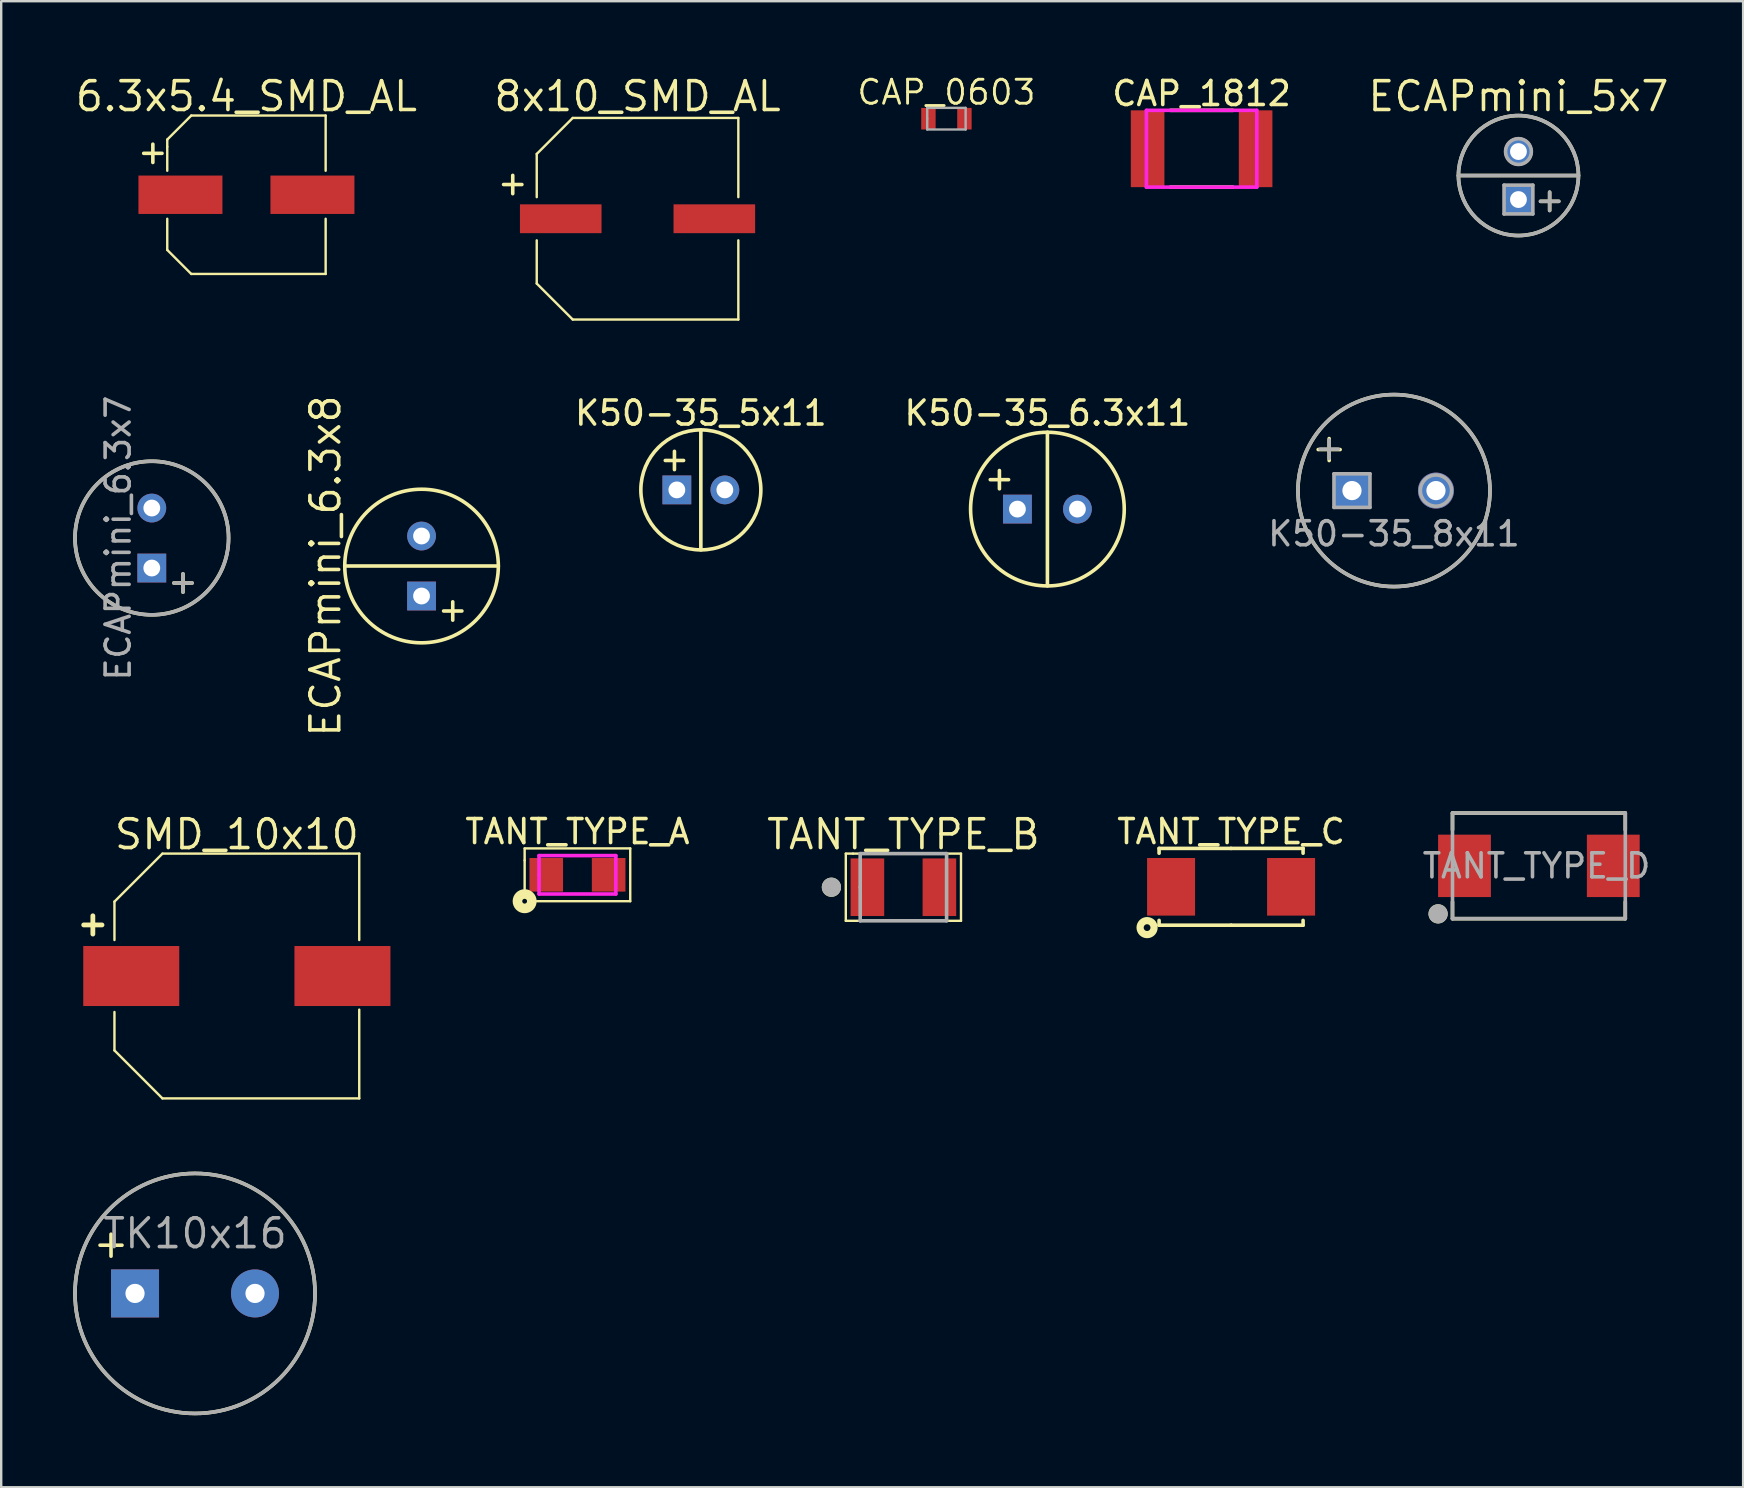
<source format=kicad_pcb>
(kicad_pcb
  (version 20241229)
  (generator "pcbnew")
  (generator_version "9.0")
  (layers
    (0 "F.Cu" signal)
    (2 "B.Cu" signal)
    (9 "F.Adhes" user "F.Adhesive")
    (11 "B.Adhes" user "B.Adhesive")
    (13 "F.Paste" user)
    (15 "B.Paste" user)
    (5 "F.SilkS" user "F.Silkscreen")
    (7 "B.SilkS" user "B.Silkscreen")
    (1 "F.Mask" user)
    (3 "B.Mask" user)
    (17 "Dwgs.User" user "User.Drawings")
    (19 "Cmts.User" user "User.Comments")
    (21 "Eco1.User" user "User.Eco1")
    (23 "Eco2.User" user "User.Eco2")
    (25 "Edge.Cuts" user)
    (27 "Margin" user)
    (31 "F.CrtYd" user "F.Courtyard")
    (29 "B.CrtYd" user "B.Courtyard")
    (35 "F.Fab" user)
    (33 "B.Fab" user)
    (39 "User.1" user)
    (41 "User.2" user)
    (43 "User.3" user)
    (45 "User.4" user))
  (footprint "TANT_TYPE_D"
    (layer "F.Cu")
    (at 61.073 33.029)
    (property "Reference" "TANT_TYPE_D" (at -0.1 0 0) (layer "F.Fab") (effects (font (size 1 1) (thickness 0.15))))
    (attr through_hole)
    (fp_line (start -3.6 -2.2) (end -3.6 -1.5) (stroke (width 0.15) (type solid)) (layer "F.SilkS"))
    (fp_line (start -3.6 -2.2) (end 3.6 -2.2) (stroke (width 0.15) (type solid)) (layer "F.SilkS"))
    (fp_line (start -3.6 2.2) (end -3.6 1.5) (stroke (width 0.15) (type solid)) (layer "F.SilkS"))
    (fp_line (start -3.6 2.2) (end 3.6 2.2) (stroke (width 0.15) (type solid)) (layer "F.SilkS"))
    (fp_line (start 3.6 -2.2) (end 3.6 -1.5) (stroke (width 0.15) (type solid)) (layer "F.SilkS"))
    (fp_line (start 3.6 2.2) (end 3.6 1.5) (stroke (width 0.15) (type solid)) (layer "F.SilkS"))
    (fp_circle (center -4.2 2) (end -4 2) (stroke (width 0.4) (type solid)) (fill no) (layer "F.SilkS"))
    (fp_line (start -3.6 -2.2) (end 3.6 -2.2) (stroke (width 0.15) (type solid)) (layer "F.Fab"))
    (fp_line (start -3.6 2.2) (end -3.6 -2.2) (stroke (width 0.15) (type solid)) (layer "F.Fab"))
    (fp_line (start 3.6 -2.2) (end 3.6 2.2) (stroke (width 0.15) (type solid)) (layer "F.Fab"))
    (fp_line (start 3.6 2.2) (end -3.6 2.2) (stroke (width 0.15) (type solid)) (layer "F.Fab"))
    (fp_circle (center -4.2 2) (end -4 2) (stroke (width 0.4) (type solid)) (fill no) (layer "F.Fab"))
    (pad "1" smd rect (at -3.1 0) (size 2.2 2.6) (layers "F.Cu" "F.Mask" "F.Paste"))
    (pad "2" smd rect (at 3.1 0) (size 2.2 2.6) (layers "F.Cu" "F.Mask" "F.Paste")))
  (footprint "SMD_10x10"
    (layer "F.Cu")
    (at 6.819 37.619)
    (property "Reference" "SMD_10x10" (at 0 -5.9 0) (layer "F.SilkS") (effects (font (size 1.2 1.2) (thickness 0.15))))
    (attr through_hole)
    (fp_line (start -5.1 -3.1) (end -5.1 -1.5) (stroke (width 0.1) (type solid)) (layer "F.SilkS"))
    (fp_line (start -5.1 -3.1) (end -3.1 -5.1) (stroke (width 0.1) (type solid)) (layer "F.SilkS"))
    (fp_line (start -5.1 1.5) (end -5.1 3.1) (stroke (width 0.1) (type solid)) (layer "F.SilkS"))
    (fp_line (start -3.1 -5.1) (end 5.1 -5.1) (stroke (width 0.1) (type solid)) (layer "F.SilkS"))
    (fp_line (start -3.1 5.1) (end -5.1 3.1) (stroke (width 0.1) (type solid)) (layer "F.SilkS"))
    (fp_line (start 5.1 -5.1) (end 5.1 -1.5) (stroke (width 0.1) (type solid)) (layer "F.SilkS"))
    (fp_line (start 5.1 1.4) (end 5.1 5.1) (stroke (width 0.1) (type solid)) (layer "F.SilkS"))
    (fp_line (start 5.1 5.1) (end -3.1 5.1) (stroke (width 0.1) (type solid)) (layer "F.SilkS"))
    (fp_text user "+" (at -6 -2.2 0) (layer "F.SilkS") (effects (font (size 1 1) (thickness 0.2))))
    (pad "1" smd rect (at -4.4 0) (size 4 2.5) (layers "F.Cu" "F.Mask" "F.Paste"))
    (pad "2" smd rect (at 4.4 0) (size 4 2.5) (layers "F.Cu" "F.Mask" "F.Paste")))
  (footprint "ECAPmini_5x7"
    (layer "F.Cu")
    (at 60.221 4.265)
    (property "Reference" "ECAPmini_5x7" (at 0 -3.3 180) (layer "F.SilkS") (effects (font (size 1.2 1.2) (thickness 0.15))))
    (attr through_hole)
    (fp_line (start 2.5 0) (end -2.5 0) (stroke (width 0.15) (type solid)) (layer "F.SilkS"))
    (fp_circle (center 0 0) (end 2.5 0) (stroke (width 0.15) (type solid)) (fill no) (layer "F.SilkS"))
    (fp_line (start -0.6 0.4) (end 0.6 0.4) (stroke (width 0.15) (type solid)) (layer "F.Fab"))
    (fp_line (start -0.6 1.6) (end -0.6 0.4) (stroke (width 0.15) (type solid)) (layer "F.Fab"))
    (fp_line (start 0.6 0.4) (end 0.6 1.6) (stroke (width 0.15) (type solid)) (layer "F.Fab"))
    (fp_line (start 0.6 1.6) (end -0.6 1.6) (stroke (width 0.15) (type solid)) (layer "F.Fab"))
    (fp_line (start 2.5 0) (end -2.5 0) (stroke (width 0.15) (type solid)) (layer "F.Fab"))
    (fp_circle (center 0 -1) (end 0.5 -1.2) (stroke (width 0.15) (type solid)) (fill no) (layer "F.Fab"))
    (fp_circle (center 0 0) (end 2.5 0) (stroke (width 0.15) (type solid)) (fill no) (layer "F.Fab"))
    (fp_text user "+" (at 1.3 1 0) (layer "F.SilkS") (effects (font (size 1 1) (thickness 0.15))))
    (fp_text user "+" (at 1.3 1 0) (layer "F.Fab") (effects (font (size 1 1) (thickness 0.15))))
    (pad "1" thru_hole rect (at 0 1) (size 1.2 1.2) (drill 0.7) (layers "*.Cu" "*.Mask"))
    (pad "2" thru_hole circle (at 0 -1) (size 1.2 1.2) (drill 0.7) (layers "*.Cu" "*.Mask")))
  (footprint "CAP_1812"
    (layer "F.Cu")
    (at 47.019 3.148)
    (property "Reference" "CAP_1812" (at 0 -2.3 0) (layer "F.SilkS") (effects (font (size 1 1) (thickness 0.15))))
    (attr smd)
    (fp_line (start -1.3 -1.6) (end 1.3 -1.6) (stroke (width 0.15) (type solid)) (layer "F.SilkS"))
    (fp_line (start 1.3 1.6) (end -1.3 1.6) (stroke (width 0.15) (type solid)) (layer "F.SilkS"))
    (fp_line (start -2.3 -1.6) (end 2.3 -1.6) (stroke (width 0.15) (type solid)) (layer "F.CrtYd"))
    (fp_line (start -2.3 1.6) (end -2.3 -1.6) (stroke (width 0.15) (type solid)) (layer "F.CrtYd"))
    (fp_line (start 2.3 -1.6) (end 2.3 1.6) (stroke (width 0.15) (type solid)) (layer "F.CrtYd"))
    (fp_line (start 2.3 1.6) (end -2.3 1.6) (stroke (width 0.15) (type solid)) (layer "F.CrtYd"))
    (pad "1" smd rect (at -2.25 0) (size 1.4 3.2) (layers "F.Cu" "F.Mask" "F.Paste"))
    (pad "2" smd rect (at 2.25 0) (size 1.4 3.2) (layers "F.Cu" "F.Mask" "F.Paste")))
  (footprint "CAP_0603"
    (layer "F.Cu")
    (at 36.386 1.896)
    (property "Reference" "CAP_0603" (at 0 -1.1 0) (layer "F.SilkS") (effects (font (size 1 1) (thickness 0.12))))
    (attr smd)
    (fp_line (start -0.8 -0.45) (end 0.8 -0.45) (stroke (width 0.1) (type solid)) (layer "F.Fab"))
    (fp_line (start -0.8 0) (end -0.8 -0.45) (stroke (width 0.1) (type solid)) (layer "F.Fab"))
    (fp_line (start -0.8 0.45) (end -0.8 0) (stroke (width 0.1) (type solid)) (layer "F.Fab"))
    (fp_line (start 0.8 -0.45) (end 0.8 0.45) (stroke (width 0.1) (type solid)) (layer "F.Fab"))
    (fp_line (start 0.8 0.45) (end -0.8 0.45) (stroke (width 0.1) (type solid)) (layer "F.Fab"))
    (pad "1" smd rect (at -0.75 0) (size 0.6 0.9) (layers "F.Cu" "F.Mask" "F.Paste"))
    (pad "2" smd rect (at 0.75 0) (size 0.6 0.9) (layers "F.Cu" "F.Mask" "F.Paste")))
  (footprint "K50-35_5x11"
    (layer "F.Cu")
    (at 26.153 17.363)
    (property "Reference" "K50-35_5x11" (at 0 -3.2 0) (layer "F.SilkS") (effects (font (size 1 1) (thickness 0.15))))
    (attr through_hole)
    (fp_line (start 0 -2.5) (end 0 2.5) (stroke (width 0.15) (type solid)) (layer "F.SilkS"))
    (fp_circle (center 0 0) (end 2.5 0) (stroke (width 0.15) (type solid)) (fill no) (layer "F.SilkS"))
    (fp_text user "+" (at -1.1 -1.3 0) (layer "F.SilkS") (effects (font (size 1 1) (thickness 0.15))))
    (pad "1" thru_hole rect (at -1 0) (size 1.2 1.2) (drill 0.7) (layers "*.Cu" "*.Mask"))
    (pad "2" thru_hole circle (at 1 0) (size 1.2 1.2) (drill 0.7) (layers "*.Cu" "*.Mask")))
  (footprint "ECAPmini_6.3x8"
    (layer "F.Cu")
    (at 14.515 20.535)
    (property "Reference" "ECAPmini_6.3x8" (at -4 0 90) (layer "F.SilkS") (effects (font (size 1.2 1.2) (thickness 0.15))))
    (attr through_hole)
    (fp_line (start -3.2 0) (end 3.2 0) (stroke (width 0.15) (type solid)) (layer "F.SilkS"))
    (fp_circle (center 0 0) (end 3.2 0) (stroke (width 0.15) (type solid)) (fill no) (layer "F.SilkS"))
    (fp_text user "+" (at 1.3 1.8 0) (layer "F.SilkS") (effects (font (size 1 1) (thickness 0.15))))
    (pad "1" thru_hole rect (at 0 1.25) (size 1.2 1.2) (drill 0.7) (layers "*.Cu" "*.Mask"))
    (pad "2" thru_hole circle (at 0 -1.25) (size 1.2 1.2) (drill 0.7) (layers "*.Cu" "*.Mask")))
  (footprint "ECAPmini_6.3x7"
    (layer "F.Cu")
    (at 3.275 19.369)
    (property "Reference" "ECAPmini_6.3x7" (at -1.4 0 90) (layer "F.Fab") (effects (font (size 1 1) (thickness 0.15))))
    (attr through_hole)
    (fp_circle (center 0 0) (end 3.2 0) (stroke (width 0.15) (type solid)) (fill no) (layer "F.SilkS"))
    (fp_circle (center 0 0) (end 3.2 0) (stroke (width 0.15) (type solid)) (fill no) (layer "F.Fab"))
    (fp_text user "+" (at 1.3 1.8 0) (layer "F.SilkS") (effects (font (size 1 1) (thickness 0.15))))
    (fp_text user "+" (at 1.3 1.8 0) (layer "F.Fab") (effects (font (size 1 1) (thickness 0.15))))
    (pad "1" thru_hole rect (at 0 1.25) (size 1.2 1.2) (drill 0.7) (layers "*.Cu" "*.Mask"))
    (pad "2" thru_hole circle (at 0 -1.25) (size 1.2 1.2) (drill 0.7) (layers "*.Cu" "*.Mask")))
  (footprint "TANT_TYPE_B"
    (layer "F.Cu")
    (at 34.593 33.919)
    (property "Reference" "TANT_TYPE_B" (at 0 -2.2 0) (layer "F.SilkS") (effects (font (size 1.2 1.2) (thickness 0.15))))
    (attr through_hole)
    (fp_line (start -2.4 -1.4) (end -2.1 -1.4) (stroke (width 0.1) (type solid)) (layer "F.SilkS"))
    (fp_line (start -2.4 1.4) (end -2.4 -1.4) (stroke (width 0.1) (type solid)) (layer "F.SilkS"))
    (fp_line (start -2.1 -1.4) (end 2.4 -1.4) (stroke (width 0.1) (type solid)) (layer "F.SilkS"))
    (fp_line (start 2.4 -1.4) (end 2.4 1.4) (stroke (width 0.1) (type solid)) (layer "F.SilkS"))
    (fp_line (start 2.4 1.4) (end -2.4 1.4) (stroke (width 0.1) (type solid)) (layer "F.SilkS"))
    (fp_circle (center -3 0) (end -2.8 0) (stroke (width 0.4) (type solid)) (fill no) (layer "F.SilkS"))
    (fp_line (start -1.8 -1.4) (end 1.8 -1.4) (stroke (width 0.15) (type solid)) (layer "F.Fab"))
    (fp_line (start -1.8 0) (end -1.8 -1.4) (stroke (width 0.15) (type solid)) (layer "F.Fab"))
    (fp_line (start -1.8 1.4) (end -1.8 0) (stroke (width 0.15) (type solid)) (layer "F.Fab"))
    (fp_line (start 1.8 -1.4) (end 1.8 1.4) (stroke (width 0.15) (type solid)) (layer "F.Fab"))
    (fp_line (start 1.8 1.4) (end -1.8 1.4) (stroke (width 0.15) (type solid)) (layer "F.Fab"))
    (fp_circle (center -3 0) (end -2.8 0) (stroke (width 0.4) (type solid)) (fill no) (layer "F.Fab"))
    (pad "1" smd rect (at -1.5 0) (size 1.4 2.4) (layers "F.Cu" "F.Mask" "F.Paste"))
    (pad "2" smd rect (at 1.5 0) (size 1.4 2.4) (layers "F.Cu" "F.Mask" "F.Paste")))
  (footprint "K50-35_6.3x11"
    (layer "F.Cu")
    (at 40.594 18.163)
    (property "Reference" "K50-35_6.3x11" (at 0 -4 0) (layer "F.SilkS") (effects (font (size 1 1) (thickness 0.15))))
    (attr through_hole)
    (fp_line (start 0 -3.2) (end 0 3.2) (stroke (width 0.15) (type solid)) (layer "F.SilkS"))
    (fp_circle (center 0 0) (end 3.2 0.1) (stroke (width 0.15) (type solid)) (fill no) (layer "F.SilkS"))
    (fp_text user "+" (at -2 -1.3 0) (layer "F.SilkS") (effects (font (size 1 1) (thickness 0.15))))
    (pad "1" thru_hole rect (at -1.25 0) (size 1.2 1.2) (drill 0.7) (layers "*.Cu" "*.Mask"))
    (pad "2" thru_hole circle (at 1.25 0) (size 1.2 1.2) (drill 0.7) (layers "*.Cu" "*.Mask")))
  (footprint "K50-35_8x11"
    (layer "F.Cu")
    (at 55.034 17.392)
    (property "Reference" "K50-35_8x11" (at 0 1.8 0) (layer "F.Fab") (effects (font (size 1 1) (thickness 0.15))))
    (attr through_hole)
    (fp_circle (center 0 0) (end 4 0) (stroke (width 0.15) (type solid)) (fill no) (layer "F.SilkS"))
    (fp_line (start -2.5 -0.7) (end -1 -0.7) (stroke (width 0.15) (type solid)) (layer "F.Fab"))
    (fp_line (start -2.5 0.7) (end -2.5 -0.7) (stroke (width 0.15) (type solid)) (layer "F.Fab"))
    (fp_line (start -1 -0.7) (end -1 0.7) (stroke (width 0.15) (type solid)) (layer "F.Fab"))
    (fp_line (start -1 0.7) (end -2.5 0.7) (stroke (width 0.15) (type solid)) (layer "F.Fab"))
    (fp_circle (center 0 0) (end 4 0.1) (stroke (width 0.15) (type solid)) (fill no) (layer "F.Fab"))
    (fp_circle (center 1.75 0) (end 2.4 0) (stroke (width 0.15) (type solid)) (fill no) (layer "F.Fab"))
    (fp_text user "+" (at -2.7 -1.8 0) (layer "F.SilkS") (effects (font (size 1.2 1.2) (thickness 0.15))))
    (fp_text user "+" (at -2.7 -1.8 0) (layer "F.Fab") (effects (font (size 1 1) (thickness 0.15))))
    (pad "1" thru_hole rect (at -1.75 0) (size 1.5 1.5) (drill 0.8) (layers "*.Cu" "*.Mask"))
    (pad "2" thru_hole circle (at 1.75 0) (size 1.5 1.5) (drill 0.8) (layers "*.Cu" "*.Mask")))
  (footprint "TK10x16"
    (layer "F.Cu")
    (at 5.076 50.845)
    (property "Reference" "TK10x16" (at 0 -2.5 0) (layer "F.Fab") (effects (font (size 1.2 1.2) (thickness 0.15))))
    (attr through_hole)
    (fp_circle (center 0 0) (end 5 -0.1) (stroke (width 0.15) (type solid)) (fill no) (layer "F.SilkS"))
    (fp_circle (center 0 0) (end 5 -0.1) (stroke (width 0.15) (type solid)) (fill no) (layer "F.Fab"))
    (fp_text user "+" (at -3.5 -2.1 0) (layer "F.SilkS") (effects (font (size 1.2 1.2) (thickness 0.15))))
    (pad "1" thru_hole rect (at -2.5 0) (size 2 2) (drill 0.8) (layers "*.Cu" "*.Mask"))
    (pad "2" thru_hole circle (at 2.5 0) (size 2 2) (drill 0.8) (layers "*.Cu" "*.Mask")))
  (footprint "6.3x5.4_SMD_AL"
    (layer "F.Cu")
    (at 7.219 5.065)
    (property "Reference" "6.3x5.4_SMD_AL" (at 0 -4.1 0) (layer "F.SilkS") (effects (font (size 1.2 1.2) (thickness 0.15))))
    (attr through_hole)
    (fp_line (start -3.3 -2) (end -3.3 -2.3) (stroke (width 0.1) (type solid)) (layer "F.SilkS"))
    (fp_line (start -3.3 -2) (end -3.3 -1) (stroke (width 0.1) (type solid)) (layer "F.SilkS"))
    (fp_line (start -3.3 2.3) (end -3.3 1) (stroke (width 0.1) (type solid)) (layer "F.SilkS"))
    (fp_line (start -2.3 -3.3) (end -3.3 -2.3) (stroke (width 0.1) (type solid)) (layer "F.SilkS"))
    (fp_line (start -2.3 -3.3) (end 3.3 -3.3) (stroke (width 0.1) (type solid)) (layer "F.SilkS"))
    (fp_line (start -2.3 3.3) (end -3.3 2.3) (stroke (width 0.1) (type solid)) (layer "F.SilkS"))
    (fp_line (start -2.3 3.3) (end 3.3 3.3) (stroke (width 0.1) (type solid)) (layer "F.SilkS"))
    (fp_line (start 3.3 -3.3) (end 3.3 -1) (stroke (width 0.1) (type solid)) (layer "F.SilkS"))
    (fp_line (start 3.3 1) (end 3.3 3.3) (stroke (width 0.1) (type solid)) (layer "F.SilkS"))
    (fp_text user "+" (at -3.9 -1.8 0) (layer "F.SilkS") (effects (font (size 1 1) (thickness 0.15))))
    (pad "1" smd rect (at -2.75 0) (size 3.5 1.6) (layers "F.Cu" "F.Mask" "F.Paste"))
    (pad "2" smd rect (at 2.75 0) (size 3.5 1.6) (layers "F.Cu" "F.Mask" "F.Paste")))
  (footprint "8x10_SMD_AL"
    (layer "F.Cu")
    (at 23.515 6.065)
    (property "Reference" "8x10_SMD_AL" (at 0 -5.1 0) (layer "F.SilkS") (effects (font (size 1.2 1.2) (thickness 0.15))))
    (attr through_hole)
    (fp_line (start -4.2 -2.7) (end -4.2 -0.9) (stroke (width 0.1) (type solid)) (layer "F.SilkS"))
    (fp_line (start -4.2 -2.7) (end -2.7 -4.2) (stroke (width 0.1) (type solid)) (layer "F.SilkS"))
    (fp_line (start -4.2 0.9) (end -4.2 2.7) (stroke (width 0.1) (type solid)) (layer "F.SilkS"))
    (fp_line (start -2.7 4.2) (end -4.2 2.7) (stroke (width 0.1) (type solid)) (layer "F.SilkS"))
    (fp_line (start 4.2 -4.2) (end -2.7 -4.2) (stroke (width 0.1) (type solid)) (layer "F.SilkS"))
    (fp_line (start 4.2 -4.2) (end 4.2 -0.9) (stroke (width 0.1) (type solid)) (layer "F.SilkS"))
    (fp_line (start 4.2 0.9) (end 4.2 4.2) (stroke (width 0.1) (type solid)) (layer "F.SilkS"))
    (fp_line (start 4.2 4.2) (end -2.7 4.2) (stroke (width 0.1) (type solid)) (layer "F.SilkS"))
    (fp_text user "+" (at -5.2 -1.5 0) (layer "F.SilkS") (effects (font (size 1 1) (thickness 0.15))))
    (pad "1" smd rect (at -3.2 0) (size 3.4 1.2) (layers "F.Cu" "F.Mask" "F.Paste"))
    (pad "2" smd rect (at 3.2 0) (size 3.4 1.2) (layers "F.Cu" "F.Mask" "F.Paste")))
  (footprint "TANT_TYPE_A"
    (layer "F.Cu")
    (at 21.011 33.402)
    (property "Reference" "TANT_TYPE_A" (at 0 -1.8 0) (layer "F.SilkS") (effects (font (size 1 1) (thickness 0.15))))
    (attr smd)
    (fp_line (start -2.2 -1.1) (end 2.2 -1.1) (stroke (width 0.1) (type solid)) (layer "F.SilkS"))
    (fp_line (start -2.2 -0.6) (end -2.2 -1.1) (stroke (width 0.1) (type solid)) (layer "F.SilkS"))
    (fp_line (start -2.2 0.6) (end -2.2 -0.6) (stroke (width 0.1) (type solid)) (layer "F.SilkS"))
    (fp_line (start 2.2 -1.1) (end 2.2 1.1) (stroke (width 0.1) (type solid)) (layer "F.SilkS"))
    (fp_line (start 2.2 1.1) (end -1.7 1.1) (stroke (width 0.1) (type solid)) (layer "F.SilkS"))
    (fp_circle (center -2.2 1.1) (end -2.1 1.1) (stroke (width 0.4) (type solid)) (fill no) (layer "F.SilkS"))
    (fp_line (start -1.6 -0.8) (end 1.6 -0.8) (stroke (width 0.15) (type solid)) (layer "F.CrtYd"))
    (fp_line (start -1.6 0) (end -1.6 -0.8) (stroke (width 0.15) (type solid)) (layer "F.CrtYd"))
    (fp_line (start -1.6 0.8) (end -1.6 0) (stroke (width 0.15) (type solid)) (layer "F.CrtYd"))
    (fp_line (start 1.6 -0.8) (end 1.6 0.8) (stroke (width 0.15) (type solid)) (layer "F.CrtYd"))
    (fp_line (start 1.6 0.8) (end -1.6 0.8) (stroke (width 0.15) (type solid)) (layer "F.CrtYd"))
    (pad "1" smd rect (at -1.3 0) (size 1.4 1.4) (layers "F.Cu" "F.Mask" "F.Paste"))
    (pad "2" smd rect (at 1.3 0) (size 1.4 1.4) (layers "F.Cu" "F.Mask" "F.Paste")))
  (footprint "TANT_TYPE_C"
    (layer "F.Cu")
    (at 48.247 33.902)
    (property "Reference" "TANT_TYPE_C" (at 0 -2.3 0) (layer "F.SilkS") (effects (font (size 1 1) (thickness 0.15))))
    (attr through_hole)
    (fp_line (start -3 -1.6) (end -3 -1.4) (stroke (width 0.15) (type solid)) (layer "F.SilkS"))
    (fp_line (start -3 1.6) (end -3 1.4) (stroke (width 0.15) (type solid)) (layer "F.SilkS"))
    (fp_line (start 0 -1.6) (end -3 -1.6) (stroke (width 0.15) (type solid)) (layer "F.SilkS"))
    (fp_line (start 0 -1.6) (end 3 -1.6) (stroke (width 0.15) (type solid)) (layer "F.SilkS"))
    (fp_line (start 0 1.6) (end -3 1.6) (stroke (width 0.15) (type solid)) (layer "F.SilkS"))
    (fp_line (start 0 1.6) (end 3 1.6) (stroke (width 0.15) (type solid)) (layer "F.SilkS"))
    (fp_line (start 3 -1.6) (end 3 -1.4) (stroke (width 0.15) (type solid)) (layer "F.SilkS"))
    (fp_line (start 3 1.6) (end 3 1.4) (stroke (width 0.15) (type solid)) (layer "F.SilkS"))
    (fp_circle (center -3.5 1.7) (end -3.4 1.8) (stroke (width 0.3) (type solid)) (fill no) (layer "F.SilkS"))
    (pad "1" smd rect (at -2.5 0) (size 2 2.4) (layers "F.Cu" "F.Mask" "F.Paste"))
    (pad "2" smd rect (at 2.5 0) (size 2 2.4) (layers "F.Cu" "F.Mask" "F.Paste")))
  (gr_rect
    (start -3 -3)
    (end 69.583 58.921)
    (stroke (width 0.1) (type default))
    (fill no)
    (layer "Edge.Cuts")))
</source>
